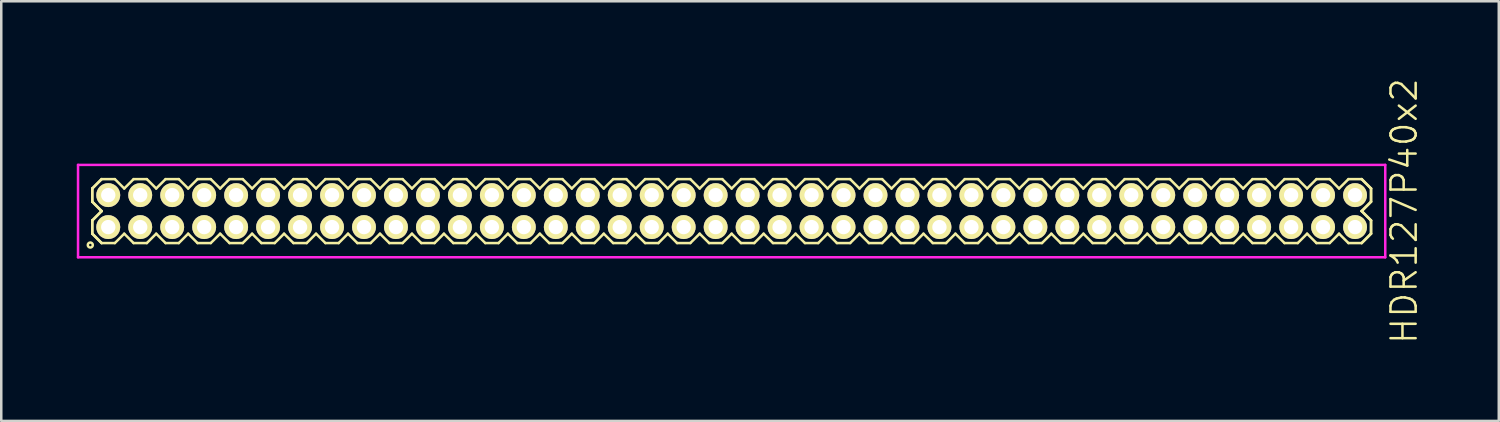
<source format=kicad_pcb>
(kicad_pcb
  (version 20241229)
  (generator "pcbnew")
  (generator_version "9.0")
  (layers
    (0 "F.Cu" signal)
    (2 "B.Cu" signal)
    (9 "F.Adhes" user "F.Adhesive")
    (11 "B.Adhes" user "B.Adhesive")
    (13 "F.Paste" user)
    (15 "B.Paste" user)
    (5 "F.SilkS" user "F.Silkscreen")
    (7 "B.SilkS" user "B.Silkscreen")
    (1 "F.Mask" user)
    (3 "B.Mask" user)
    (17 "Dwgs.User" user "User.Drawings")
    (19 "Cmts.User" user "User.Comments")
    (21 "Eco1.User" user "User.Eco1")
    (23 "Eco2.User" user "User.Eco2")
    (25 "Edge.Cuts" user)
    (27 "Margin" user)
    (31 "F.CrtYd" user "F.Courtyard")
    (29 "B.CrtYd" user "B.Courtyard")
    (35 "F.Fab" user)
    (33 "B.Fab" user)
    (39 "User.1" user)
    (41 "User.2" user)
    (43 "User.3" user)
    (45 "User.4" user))
  (footprint "HDR127P40x2"
    (layer "F.Cu")
    (at 26.015 5.336)
    (property "Reference" "HDR127P40x2" (at 26.715 0 90) (layer "F.SilkS") (effects (font (size 1 1) (thickness 0.1))))
    (attr through_hole)
    (fp_line (start -25.4 -0.898) (end -25.028 -1.27) (stroke (width 0.1) (type solid)) (layer "F.SilkS"))
    (fp_line (start -25.4 -0.898) (end -25.028 -1.27) (stroke (width 0.1) (type solid)) (layer "F.SilkS"))
    (fp_line (start -25.4 -0.372) (end -25.4 -0.898) (stroke (width 0.1) (type solid)) (layer "F.SilkS"))
    (fp_line (start -25.4 -0.372) (end -25.4 -0.898) (stroke (width 0.1) (type solid)) (layer "F.SilkS"))
    (fp_line (start -25.4 0.372) (end -25.028 0) (stroke (width 0.1) (type solid)) (layer "F.SilkS"))
    (fp_line (start -25.4 0.372) (end -25.028 0) (stroke (width 0.1) (type solid)) (layer "F.SilkS"))
    (fp_line (start -25.4 0.898) (end -25.4 0.372) (stroke (width 0.1) (type solid)) (layer "F.SilkS"))
    (fp_line (start -25.4 0.898) (end -25.4 0.372) (stroke (width 0.1) (type solid)) (layer "F.SilkS"))
    (fp_line (start -25.028 -1.27) (end -24.502 -1.27) (stroke (width 0.1) (type solid)) (layer "F.SilkS"))
    (fp_line (start -25.028 0) (end -25.4 -0.372) (stroke (width 0.1) (type solid)) (layer "F.SilkS"))
    (fp_line (start -25.028 0) (end -25.4 -0.372) (stroke (width 0.1) (type solid)) (layer "F.SilkS"))
    (fp_line (start -25.028 1.27) (end -25.4 0.898) (stroke (width 0.1) (type solid)) (layer "F.SilkS"))
    (fp_line (start -25.028 1.27) (end -25.4 0.898) (stroke (width 0.1) (type solid)) (layer "F.SilkS"))
    (fp_line (start -24.502 -1.27) (end -24.13 -0.898) (stroke (width 0.1) (type solid)) (layer "F.SilkS"))
    (fp_line (start -24.502 1.27) (end -25.028 1.27) (stroke (width 0.1) (type solid)) (layer "F.SilkS"))
    (fp_line (start -24.13 -0.898) (end -23.758 -1.27) (stroke (width 0.1) (type solid)) (layer "F.SilkS"))
    (fp_line (start -24.13 0.898) (end -24.502 1.27) (stroke (width 0.1) (type solid)) (layer "F.SilkS"))
    (fp_line (start -23.758 -1.27) (end -23.232 -1.27) (stroke (width 0.1) (type solid)) (layer "F.SilkS"))
    (fp_line (start -23.758 1.27) (end -24.13 0.898) (stroke (width 0.1) (type solid)) (layer "F.SilkS"))
    (fp_line (start -23.232 -1.27) (end -22.86 -0.898) (stroke (width 0.1) (type solid)) (layer "F.SilkS"))
    (fp_line (start -23.232 1.27) (end -23.758 1.27) (stroke (width 0.1) (type solid)) (layer "F.SilkS"))
    (fp_line (start -22.86 -0.898) (end -22.488 -1.27) (stroke (width 0.1) (type solid)) (layer "F.SilkS"))
    (fp_line (start -22.86 0.898) (end -23.232 1.27) (stroke (width 0.1) (type solid)) (layer "F.SilkS"))
    (fp_line (start -22.488 -1.27) (end -21.962 -1.27) (stroke (width 0.1) (type solid)) (layer "F.SilkS"))
    (fp_line (start -22.488 1.27) (end -22.86 0.898) (stroke (width 0.1) (type solid)) (layer "F.SilkS"))
    (fp_line (start -21.962 -1.27) (end -21.59 -0.898) (stroke (width 0.1) (type solid)) (layer "F.SilkS"))
    (fp_line (start -21.962 1.27) (end -22.488 1.27) (stroke (width 0.1) (type solid)) (layer "F.SilkS"))
    (fp_line (start -21.59 -0.898) (end -21.218 -1.27) (stroke (width 0.1) (type solid)) (layer "F.SilkS"))
    (fp_line (start -21.59 0.898) (end -21.962 1.27) (stroke (width 0.1) (type solid)) (layer "F.SilkS"))
    (fp_line (start -21.218 -1.27) (end -20.692 -1.27) (stroke (width 0.1) (type solid)) (layer "F.SilkS"))
    (fp_line (start -21.218 1.27) (end -21.59 0.898) (stroke (width 0.1) (type solid)) (layer "F.SilkS"))
    (fp_line (start -20.692 -1.27) (end -20.32 -0.898) (stroke (width 0.1) (type solid)) (layer "F.SilkS"))
    (fp_line (start -20.692 1.27) (end -21.218 1.27) (stroke (width 0.1) (type solid)) (layer "F.SilkS"))
    (fp_line (start -20.32 -0.898) (end -19.948 -1.27) (stroke (width 0.1) (type solid)) (layer "F.SilkS"))
    (fp_line (start -20.32 0.898) (end -20.692 1.27) (stroke (width 0.1) (type solid)) (layer "F.SilkS"))
    (fp_line (start -19.948 -1.27) (end -19.422 -1.27) (stroke (width 0.1) (type solid)) (layer "F.SilkS"))
    (fp_line (start -19.948 1.27) (end -20.32 0.898) (stroke (width 0.1) (type solid)) (layer "F.SilkS"))
    (fp_line (start -19.422 -1.27) (end -19.05 -0.898) (stroke (width 0.1) (type solid)) (layer "F.SilkS"))
    (fp_line (start -19.422 1.27) (end -19.948 1.27) (stroke (width 0.1) (type solid)) (layer "F.SilkS"))
    (fp_line (start -19.05 -0.898) (end -18.678 -1.27) (stroke (width 0.1) (type solid)) (layer "F.SilkS"))
    (fp_line (start -19.05 0.898) (end -19.422 1.27) (stroke (width 0.1) (type solid)) (layer "F.SilkS"))
    (fp_line (start -18.678 -1.27) (end -18.152 -1.27) (stroke (width 0.1) (type solid)) (layer "F.SilkS"))
    (fp_line (start -18.678 1.27) (end -19.05 0.898) (stroke (width 0.1) (type solid)) (layer "F.SilkS"))
    (fp_line (start -18.152 -1.27) (end -17.78 -0.898) (stroke (width 0.1) (type solid)) (layer "F.SilkS"))
    (fp_line (start -18.152 1.27) (end -18.678 1.27) (stroke (width 0.1) (type solid)) (layer "F.SilkS"))
    (fp_line (start -17.78 -0.898) (end -17.408 -1.27) (stroke (width 0.1) (type solid)) (layer "F.SilkS"))
    (fp_line (start -17.78 0.898) (end -18.152 1.27) (stroke (width 0.1) (type solid)) (layer "F.SilkS"))
    (fp_line (start -17.408 -1.27) (end -16.882 -1.27) (stroke (width 0.1) (type solid)) (layer "F.SilkS"))
    (fp_line (start -17.408 1.27) (end -17.78 0.898) (stroke (width 0.1) (type solid)) (layer "F.SilkS"))
    (fp_line (start -16.882 -1.27) (end -16.51 -0.898) (stroke (width 0.1) (type solid)) (layer "F.SilkS"))
    (fp_line (start -16.882 1.27) (end -17.408 1.27) (stroke (width 0.1) (type solid)) (layer "F.SilkS"))
    (fp_line (start -16.51 -0.898) (end -16.138 -1.27) (stroke (width 0.1) (type solid)) (layer "F.SilkS"))
    (fp_line (start -16.51 0.898) (end -16.882 1.27) (stroke (width 0.1) (type solid)) (layer "F.SilkS"))
    (fp_line (start -16.138 -1.27) (end -15.612 -1.27) (stroke (width 0.1) (type solid)) (layer "F.SilkS"))
    (fp_line (start -16.138 1.27) (end -16.51 0.898) (stroke (width 0.1) (type solid)) (layer "F.SilkS"))
    (fp_line (start -15.612 -1.27) (end -15.24 -0.898) (stroke (width 0.1) (type solid)) (layer "F.SilkS"))
    (fp_line (start -15.612 1.27) (end -16.138 1.27) (stroke (width 0.1) (type solid)) (layer "F.SilkS"))
    (fp_line (start -15.24 -0.898) (end -14.868 -1.27) (stroke (width 0.1) (type solid)) (layer "F.SilkS"))
    (fp_line (start -15.24 0.898) (end -15.612 1.27) (stroke (width 0.1) (type solid)) (layer "F.SilkS"))
    (fp_line (start -14.868 -1.27) (end -14.342 -1.27) (stroke (width 0.1) (type solid)) (layer "F.SilkS"))
    (fp_line (start -14.868 1.27) (end -15.24 0.898) (stroke (width 0.1) (type solid)) (layer "F.SilkS"))
    (fp_line (start -14.342 -1.27) (end -13.97 -0.898) (stroke (width 0.1) (type solid)) (layer "F.SilkS"))
    (fp_line (start -14.342 1.27) (end -14.868 1.27) (stroke (width 0.1) (type solid)) (layer "F.SilkS"))
    (fp_line (start -13.97 -0.898) (end -13.598 -1.27) (stroke (width 0.1) (type solid)) (layer "F.SilkS"))
    (fp_line (start -13.97 0.898) (end -14.342 1.27) (stroke (width 0.1) (type solid)) (layer "F.SilkS"))
    (fp_line (start -13.598 -1.27) (end -13.072 -1.27) (stroke (width 0.1) (type solid)) (layer "F.SilkS"))
    (fp_line (start -13.598 1.27) (end -13.97 0.898) (stroke (width 0.1) (type solid)) (layer "F.SilkS"))
    (fp_line (start -13.072 -1.27) (end -12.7 -0.898) (stroke (width 0.1) (type solid)) (layer "F.SilkS"))
    (fp_line (start -13.072 1.27) (end -13.598 1.27) (stroke (width 0.1) (type solid)) (layer "F.SilkS"))
    (fp_line (start -12.7 -0.898) (end -12.328 -1.27) (stroke (width 0.1) (type solid)) (layer "F.SilkS"))
    (fp_line (start -12.7 0.898) (end -13.072 1.27) (stroke (width 0.1) (type solid)) (layer "F.SilkS"))
    (fp_line (start -12.328 -1.27) (end -11.802 -1.27) (stroke (width 0.1) (type solid)) (layer "F.SilkS"))
    (fp_line (start -12.328 1.27) (end -12.7 0.898) (stroke (width 0.1) (type solid)) (layer "F.SilkS"))
    (fp_line (start -11.802 -1.27) (end -11.43 -0.898) (stroke (width 0.1) (type solid)) (layer "F.SilkS"))
    (fp_line (start -11.802 1.27) (end -12.328 1.27) (stroke (width 0.1) (type solid)) (layer "F.SilkS"))
    (fp_line (start -11.43 -0.898) (end -11.058 -1.27) (stroke (width 0.1) (type solid)) (layer "F.SilkS"))
    (fp_line (start -11.43 0.898) (end -11.802 1.27) (stroke (width 0.1) (type solid)) (layer "F.SilkS"))
    (fp_line (start -11.058 -1.27) (end -10.532 -1.27) (stroke (width 0.1) (type solid)) (layer "F.SilkS"))
    (fp_line (start -11.058 1.27) (end -11.43 0.898) (stroke (width 0.1) (type solid)) (layer "F.SilkS"))
    (fp_line (start -10.532 -1.27) (end -10.16 -0.898) (stroke (width 0.1) (type solid)) (layer "F.SilkS"))
    (fp_line (start -10.532 1.27) (end -11.058 1.27) (stroke (width 0.1) (type solid)) (layer "F.SilkS"))
    (fp_line (start -10.16 -0.898) (end -9.788 -1.27) (stroke (width 0.1) (type solid)) (layer "F.SilkS"))
    (fp_line (start -10.16 0.898) (end -10.532 1.27) (stroke (width 0.1) (type solid)) (layer "F.SilkS"))
    (fp_line (start -9.788 -1.27) (end -9.262 -1.27) (stroke (width 0.1) (type solid)) (layer "F.SilkS"))
    (fp_line (start -9.788 1.27) (end -10.16 0.898) (stroke (width 0.1) (type solid)) (layer "F.SilkS"))
    (fp_line (start -9.262 -1.27) (end -8.89 -0.898) (stroke (width 0.1) (type solid)) (layer "F.SilkS"))
    (fp_line (start -9.262 1.27) (end -9.788 1.27) (stroke (width 0.1) (type solid)) (layer "F.SilkS"))
    (fp_line (start -8.89 -0.898) (end -8.518 -1.27) (stroke (width 0.1) (type solid)) (layer "F.SilkS"))
    (fp_line (start -8.89 0.898) (end -9.262 1.27) (stroke (width 0.1) (type solid)) (layer "F.SilkS"))
    (fp_line (start -8.518 -1.27) (end -7.992 -1.27) (stroke (width 0.1) (type solid)) (layer "F.SilkS"))
    (fp_line (start -8.518 1.27) (end -8.89 0.898) (stroke (width 0.1) (type solid)) (layer "F.SilkS"))
    (fp_line (start -7.992 -1.27) (end -7.62 -0.898) (stroke (width 0.1) (type solid)) (layer "F.SilkS"))
    (fp_line (start -7.992 1.27) (end -8.518 1.27) (stroke (width 0.1) (type solid)) (layer "F.SilkS"))
    (fp_line (start -7.62 -0.898) (end -7.248 -1.27) (stroke (width 0.1) (type solid)) (layer "F.SilkS"))
    (fp_line (start -7.62 0.898) (end -7.992 1.27) (stroke (width 0.1) (type solid)) (layer "F.SilkS"))
    (fp_line (start -7.248 -1.27) (end -6.722 -1.27) (stroke (width 0.1) (type solid)) (layer "F.SilkS"))
    (fp_line (start -7.248 1.27) (end -7.62 0.898) (stroke (width 0.1) (type solid)) (layer "F.SilkS"))
    (fp_line (start -6.722 -1.27) (end -6.35 -0.898) (stroke (width 0.1) (type solid)) (layer "F.SilkS"))
    (fp_line (start -6.722 1.27) (end -7.248 1.27) (stroke (width 0.1) (type solid)) (layer "F.SilkS"))
    (fp_line (start -6.35 -0.898) (end -5.978 -1.27) (stroke (width 0.1) (type solid)) (layer "F.SilkS"))
    (fp_line (start -6.35 0.898) (end -6.722 1.27) (stroke (width 0.1) (type solid)) (layer "F.SilkS"))
    (fp_line (start -5.978 -1.27) (end -5.452 -1.27) (stroke (width 0.1) (type solid)) (layer "F.SilkS"))
    (fp_line (start -5.978 1.27) (end -6.35 0.898) (stroke (width 0.1) (type solid)) (layer "F.SilkS"))
    (fp_line (start -5.452 -1.27) (end -5.08 -0.898) (stroke (width 0.1) (type solid)) (layer "F.SilkS"))
    (fp_line (start -5.452 1.27) (end -5.978 1.27) (stroke (width 0.1) (type solid)) (layer "F.SilkS"))
    (fp_line (start -5.08 -0.898) (end -4.708 -1.27) (stroke (width 0.1) (type solid)) (layer "F.SilkS"))
    (fp_line (start -5.08 0.898) (end -5.452 1.27) (stroke (width 0.1) (type solid)) (layer "F.SilkS"))
    (fp_line (start -4.708 -1.27) (end -4.182 -1.27) (stroke (width 0.1) (type solid)) (layer "F.SilkS"))
    (fp_line (start -4.708 1.27) (end -5.08 0.898) (stroke (width 0.1) (type solid)) (layer "F.SilkS"))
    (fp_line (start -4.182 -1.27) (end -3.81 -0.898) (stroke (width 0.1) (type solid)) (layer "F.SilkS"))
    (fp_line (start -4.182 1.27) (end -4.708 1.27) (stroke (width 0.1) (type solid)) (layer "F.SilkS"))
    (fp_line (start -3.81 -0.898) (end -3.438 -1.27) (stroke (width 0.1) (type solid)) (layer "F.SilkS"))
    (fp_line (start -3.81 0.898) (end -4.182 1.27) (stroke (width 0.1) (type solid)) (layer "F.SilkS"))
    (fp_line (start -3.438 -1.27) (end -2.912 -1.27) (stroke (width 0.1) (type solid)) (layer "F.SilkS"))
    (fp_line (start -3.438 1.27) (end -3.81 0.898) (stroke (width 0.1) (type solid)) (layer "F.SilkS"))
    (fp_line (start -2.912 -1.27) (end -2.54 -0.898) (stroke (width 0.1) (type solid)) (layer "F.SilkS"))
    (fp_line (start -2.912 1.27) (end -3.438 1.27) (stroke (width 0.1) (type solid)) (layer "F.SilkS"))
    (fp_line (start -2.54 -0.898) (end -2.168 -1.27) (stroke (width 0.1) (type solid)) (layer "F.SilkS"))
    (fp_line (start -2.54 0.898) (end -2.912 1.27) (stroke (width 0.1) (type solid)) (layer "F.SilkS"))
    (fp_line (start -2.168 -1.27) (end -1.642 -1.27) (stroke (width 0.1) (type solid)) (layer "F.SilkS"))
    (fp_line (start -2.168 1.27) (end -2.54 0.898) (stroke (width 0.1) (type solid)) (layer "F.SilkS"))
    (fp_line (start -1.642 -1.27) (end -1.27 -0.898) (stroke (width 0.1) (type solid)) (layer "F.SilkS"))
    (fp_line (start -1.642 1.27) (end -2.168 1.27) (stroke (width 0.1) (type solid)) (layer "F.SilkS"))
    (fp_line (start -1.27 -0.898) (end -0.898 -1.27) (stroke (width 0.1) (type solid)) (layer "F.SilkS"))
    (fp_line (start -1.27 0.898) (end -1.642 1.27) (stroke (width 0.1) (type solid)) (layer "F.SilkS"))
    (fp_line (start -0.898 -1.27) (end -0.372 -1.27) (stroke (width 0.1) (type solid)) (layer "F.SilkS"))
    (fp_line (start -0.898 1.27) (end -1.27 0.898) (stroke (width 0.1) (type solid)) (layer "F.SilkS"))
    (fp_line (start -0.372 -1.27) (end 0 -0.898) (stroke (width 0.1) (type solid)) (layer "F.SilkS"))
    (fp_line (start -0.372 1.27) (end -0.898 1.27) (stroke (width 0.1) (type solid)) (layer "F.SilkS"))
    (fp_line (start 0 -0.898) (end 0.372 -1.27) (stroke (width 0.1) (type solid)) (layer "F.SilkS"))
    (fp_line (start 0 0.898) (end -0.372 1.27) (stroke (width 0.1) (type solid)) (layer "F.SilkS"))
    (fp_line (start 0.372 -1.27) (end 0.898 -1.27) (stroke (width 0.1) (type solid)) (layer "F.SilkS"))
    (fp_line (start 0.372 1.27) (end 0 0.898) (stroke (width 0.1) (type solid)) (layer "F.SilkS"))
    (fp_line (start 0.898 -1.27) (end 1.27 -0.898) (stroke (width 0.1) (type solid)) (layer "F.SilkS"))
    (fp_line (start 0.898 1.27) (end 0.372 1.27) (stroke (width 0.1) (type solid)) (layer "F.SilkS"))
    (fp_line (start 1.27 -0.898) (end 1.642 -1.27) (stroke (width 0.1) (type solid)) (layer "F.SilkS"))
    (fp_line (start 1.27 0.898) (end 0.898 1.27) (stroke (width 0.1) (type solid)) (layer "F.SilkS"))
    (fp_line (start 1.642 -1.27) (end 2.168 -1.27) (stroke (width 0.1) (type solid)) (layer "F.SilkS"))
    (fp_line (start 1.642 1.27) (end 1.27 0.898) (stroke (width 0.1) (type solid)) (layer "F.SilkS"))
    (fp_line (start 2.168 -1.27) (end 2.54 -0.898) (stroke (width 0.1) (type solid)) (layer "F.SilkS"))
    (fp_line (start 2.168 1.27) (end 1.642 1.27) (stroke (width 0.1) (type solid)) (layer "F.SilkS"))
    (fp_line (start 2.54 -0.898) (end 2.912 -1.27) (stroke (width 0.1) (type solid)) (layer "F.SilkS"))
    (fp_line (start 2.54 0.898) (end 2.168 1.27) (stroke (width 0.1) (type solid)) (layer "F.SilkS"))
    (fp_line (start 2.912 -1.27) (end 3.438 -1.27) (stroke (width 0.1) (type solid)) (layer "F.SilkS"))
    (fp_line (start 2.912 1.27) (end 2.54 0.898) (stroke (width 0.1) (type solid)) (layer "F.SilkS"))
    (fp_line (start 3.438 -1.27) (end 3.81 -0.898) (stroke (width 0.1) (type solid)) (layer "F.SilkS"))
    (fp_line (start 3.438 1.27) (end 2.912 1.27) (stroke (width 0.1) (type solid)) (layer "F.SilkS"))
    (fp_line (start 3.81 -0.898) (end 4.182 -1.27) (stroke (width 0.1) (type solid)) (layer "F.SilkS"))
    (fp_line (start 3.81 0.898) (end 3.438 1.27) (stroke (width 0.1) (type solid)) (layer "F.SilkS"))
    (fp_line (start 4.182 -1.27) (end 4.708 -1.27) (stroke (width 0.1) (type solid)) (layer "F.SilkS"))
    (fp_line (start 4.182 1.27) (end 3.81 0.898) (stroke (width 0.1) (type solid)) (layer "F.SilkS"))
    (fp_line (start 4.708 -1.27) (end 5.08 -0.898) (stroke (width 0.1) (type solid)) (layer "F.SilkS"))
    (fp_line (start 4.708 1.27) (end 4.182 1.27) (stroke (width 0.1) (type solid)) (layer "F.SilkS"))
    (fp_line (start 5.08 -0.898) (end 5.452 -1.27) (stroke (width 0.1) (type solid)) (layer "F.SilkS"))
    (fp_line (start 5.08 0.898) (end 4.708 1.27) (stroke (width 0.1) (type solid)) (layer "F.SilkS"))
    (fp_line (start 5.452 -1.27) (end 5.978 -1.27) (stroke (width 0.1) (type solid)) (layer "F.SilkS"))
    (fp_line (start 5.452 1.27) (end 5.08 0.898) (stroke (width 0.1) (type solid)) (layer "F.SilkS"))
    (fp_line (start 5.978 -1.27) (end 6.35 -0.898) (stroke (width 0.1) (type solid)) (layer "F.SilkS"))
    (fp_line (start 5.978 1.27) (end 5.452 1.27) (stroke (width 0.1) (type solid)) (layer "F.SilkS"))
    (fp_line (start 6.35 -0.898) (end 6.722 -1.27) (stroke (width 0.1) (type solid)) (layer "F.SilkS"))
    (fp_line (start 6.35 0.898) (end 5.978 1.27) (stroke (width 0.1) (type solid)) (layer "F.SilkS"))
    (fp_line (start 6.722 -1.27) (end 7.248 -1.27) (stroke (width 0.1) (type solid)) (layer "F.SilkS"))
    (fp_line (start 6.722 1.27) (end 6.35 0.898) (stroke (width 0.1) (type solid)) (layer "F.SilkS"))
    (fp_line (start 7.248 -1.27) (end 7.62 -0.898) (stroke (width 0.1) (type solid)) (layer "F.SilkS"))
    (fp_line (start 7.248 1.27) (end 6.722 1.27) (stroke (width 0.1) (type solid)) (layer "F.SilkS"))
    (fp_line (start 7.62 -0.898) (end 7.992 -1.27) (stroke (width 0.1) (type solid)) (layer "F.SilkS"))
    (fp_line (start 7.62 0.898) (end 7.248 1.27) (stroke (width 0.1) (type solid)) (layer "F.SilkS"))
    (fp_line (start 7.992 -1.27) (end 8.518 -1.27) (stroke (width 0.1) (type solid)) (layer "F.SilkS"))
    (fp_line (start 7.992 1.27) (end 7.62 0.898) (stroke (width 0.1) (type solid)) (layer "F.SilkS"))
    (fp_line (start 8.518 -1.27) (end 8.89 -0.898) (stroke (width 0.1) (type solid)) (layer "F.SilkS"))
    (fp_line (start 8.518 1.27) (end 7.992 1.27) (stroke (width 0.1) (type solid)) (layer "F.SilkS"))
    (fp_line (start 8.89 -0.898) (end 9.262 -1.27) (stroke (width 0.1) (type solid)) (layer "F.SilkS"))
    (fp_line (start 8.89 0.898) (end 8.518 1.27) (stroke (width 0.1) (type solid)) (layer "F.SilkS"))
    (fp_line (start 9.262 -1.27) (end 9.788 -1.27) (stroke (width 0.1) (type solid)) (layer "F.SilkS"))
    (fp_line (start 9.262 1.27) (end 8.89 0.898) (stroke (width 0.1) (type solid)) (layer "F.SilkS"))
    (fp_line (start 9.788 -1.27) (end 10.16 -0.898) (stroke (width 0.1) (type solid)) (layer "F.SilkS"))
    (fp_line (start 9.788 1.27) (end 9.262 1.27) (stroke (width 0.1) (type solid)) (layer "F.SilkS"))
    (fp_line (start 10.16 -0.898) (end 10.532 -1.27) (stroke (width 0.1) (type solid)) (layer "F.SilkS"))
    (fp_line (start 10.16 0.898) (end 9.788 1.27) (stroke (width 0.1) (type solid)) (layer "F.SilkS"))
    (fp_line (start 10.532 -1.27) (end 11.058 -1.27) (stroke (width 0.1) (type solid)) (layer "F.SilkS"))
    (fp_line (start 10.532 1.27) (end 10.16 0.898) (stroke (width 0.1) (type solid)) (layer "F.SilkS"))
    (fp_line (start 11.058 -1.27) (end 11.43 -0.898) (stroke (width 0.1) (type solid)) (layer "F.SilkS"))
    (fp_line (start 11.058 1.27) (end 10.532 1.27) (stroke (width 0.1) (type solid)) (layer "F.SilkS"))
    (fp_line (start 11.43 -0.898) (end 11.802 -1.27) (stroke (width 0.1) (type solid)) (layer "F.SilkS"))
    (fp_line (start 11.43 0.898) (end 11.058 1.27) (stroke (width 0.1) (type solid)) (layer "F.SilkS"))
    (fp_line (start 11.802 -1.27) (end 12.328 -1.27) (stroke (width 0.1) (type solid)) (layer "F.SilkS"))
    (fp_line (start 11.802 1.27) (end 11.43 0.898) (stroke (width 0.1) (type solid)) (layer "F.SilkS"))
    (fp_line (start 12.328 -1.27) (end 12.7 -0.898) (stroke (width 0.1) (type solid)) (layer "F.SilkS"))
    (fp_line (start 12.328 1.27) (end 11.802 1.27) (stroke (width 0.1) (type solid)) (layer "F.SilkS"))
    (fp_line (start 12.7 -0.898) (end 13.072 -1.27) (stroke (width 0.1) (type solid)) (layer "F.SilkS"))
    (fp_line (start 12.7 0.898) (end 12.328 1.27) (stroke (width 0.1) (type solid)) (layer "F.SilkS"))
    (fp_line (start 13.072 -1.27) (end 13.598 -1.27) (stroke (width 0.1) (type solid)) (layer "F.SilkS"))
    (fp_line (start 13.072 1.27) (end 12.7 0.898) (stroke (width 0.1) (type solid)) (layer "F.SilkS"))
    (fp_line (start 13.598 -1.27) (end 13.97 -0.898) (stroke (width 0.1) (type solid)) (layer "F.SilkS"))
    (fp_line (start 13.598 1.27) (end 13.072 1.27) (stroke (width 0.1) (type solid)) (layer "F.SilkS"))
    (fp_line (start 13.97 -0.898) (end 14.342 -1.27) (stroke (width 0.1) (type solid)) (layer "F.SilkS"))
    (fp_line (start 13.97 0.898) (end 13.598 1.27) (stroke (width 0.1) (type solid)) (layer "F.SilkS"))
    (fp_line (start 14.342 -1.27) (end 14.868 -1.27) (stroke (width 0.1) (type solid)) (layer "F.SilkS"))
    (fp_line (start 14.342 1.27) (end 13.97 0.898) (stroke (width 0.1) (type solid)) (layer "F.SilkS"))
    (fp_line (start 14.868 -1.27) (end 15.24 -0.898) (stroke (width 0.1) (type solid)) (layer "F.SilkS"))
    (fp_line (start 14.868 1.27) (end 14.342 1.27) (stroke (width 0.1) (type solid)) (layer "F.SilkS"))
    (fp_line (start 15.24 -0.898) (end 15.612 -1.27) (stroke (width 0.1) (type solid)) (layer "F.SilkS"))
    (fp_line (start 15.24 0.898) (end 14.868 1.27) (stroke (width 0.1) (type solid)) (layer "F.SilkS"))
    (fp_line (start 15.612 -1.27) (end 16.138 -1.27) (stroke (width 0.1) (type solid)) (layer "F.SilkS"))
    (fp_line (start 15.612 1.27) (end 15.24 0.898) (stroke (width 0.1) (type solid)) (layer "F.SilkS"))
    (fp_line (start 16.138 -1.27) (end 16.51 -0.898) (stroke (width 0.1) (type solid)) (layer "F.SilkS"))
    (fp_line (start 16.138 1.27) (end 15.612 1.27) (stroke (width 0.1) (type solid)) (layer "F.SilkS"))
    (fp_line (start 16.51 -0.898) (end 16.882 -1.27) (stroke (width 0.1) (type solid)) (layer "F.SilkS"))
    (fp_line (start 16.51 0.898) (end 16.138 1.27) (stroke (width 0.1) (type solid)) (layer "F.SilkS"))
    (fp_line (start 16.882 -1.27) (end 17.408 -1.27) (stroke (width 0.1) (type solid)) (layer "F.SilkS"))
    (fp_line (start 16.882 1.27) (end 16.51 0.898) (stroke (width 0.1) (type solid)) (layer "F.SilkS"))
    (fp_line (start 17.408 -1.27) (end 17.78 -0.898) (stroke (width 0.1) (type solid)) (layer "F.SilkS"))
    (fp_line (start 17.408 1.27) (end 16.882 1.27) (stroke (width 0.1) (type solid)) (layer "F.SilkS"))
    (fp_line (start 17.78 -0.898) (end 18.152 -1.27) (stroke (width 0.1) (type solid)) (layer "F.SilkS"))
    (fp_line (start 17.78 0.898) (end 17.408 1.27) (stroke (width 0.1) (type solid)) (layer "F.SilkS"))
    (fp_line (start 18.152 -1.27) (end 18.678 -1.27) (stroke (width 0.1) (type solid)) (layer "F.SilkS"))
    (fp_line (start 18.152 1.27) (end 17.78 0.898) (stroke (width 0.1) (type solid)) (layer "F.SilkS"))
    (fp_line (start 18.678 -1.27) (end 19.05 -0.898) (stroke (width 0.1) (type solid)) (layer "F.SilkS"))
    (fp_line (start 18.678 1.27) (end 18.152 1.27) (stroke (width 0.1) (type solid)) (layer "F.SilkS"))
    (fp_line (start 19.05 -0.898) (end 19.422 -1.27) (stroke (width 0.1) (type solid)) (layer "F.SilkS"))
    (fp_line (start 19.05 0.898) (end 18.678 1.27) (stroke (width 0.1) (type solid)) (layer "F.SilkS"))
    (fp_line (start 19.422 -1.27) (end 19.948 -1.27) (stroke (width 0.1) (type solid)) (layer "F.SilkS"))
    (fp_line (start 19.422 1.27) (end 19.05 0.898) (stroke (width 0.1) (type solid)) (layer "F.SilkS"))
    (fp_line (start 19.948 -1.27) (end 20.32 -0.898) (stroke (width 0.1) (type solid)) (layer "F.SilkS"))
    (fp_line (start 19.948 1.27) (end 19.422 1.27) (stroke (width 0.1) (type solid)) (layer "F.SilkS"))
    (fp_line (start 20.32 -0.898) (end 20.692 -1.27) (stroke (width 0.1) (type solid)) (layer "F.SilkS"))
    (fp_line (start 20.32 0.898) (end 19.948 1.27) (stroke (width 0.1) (type solid)) (layer "F.SilkS"))
    (fp_line (start 20.692 -1.27) (end 21.218 -1.27) (stroke (width 0.1) (type solid)) (layer "F.SilkS"))
    (fp_line (start 20.692 1.27) (end 20.32 0.898) (stroke (width 0.1) (type solid)) (layer "F.SilkS"))
    (fp_line (start 21.218 -1.27) (end 21.59 -0.898) (stroke (width 0.1) (type solid)) (layer "F.SilkS"))
    (fp_line (start 21.218 1.27) (end 20.692 1.27) (stroke (width 0.1) (type solid)) (layer "F.SilkS"))
    (fp_line (start 21.59 -0.898) (end 21.962 -1.27) (stroke (width 0.1) (type solid)) (layer "F.SilkS"))
    (fp_line (start 21.59 0.898) (end 21.218 1.27) (stroke (width 0.1) (type solid)) (layer "F.SilkS"))
    (fp_line (start 21.962 -1.27) (end 22.488 -1.27) (stroke (width 0.1) (type solid)) (layer "F.SilkS"))
    (fp_line (start 21.962 1.27) (end 21.59 0.898) (stroke (width 0.1) (type solid)) (layer "F.SilkS"))
    (fp_line (start 22.488 -1.27) (end 22.86 -0.898) (stroke (width 0.1) (type solid)) (layer "F.SilkS"))
    (fp_line (start 22.488 1.27) (end 21.962 1.27) (stroke (width 0.1) (type solid)) (layer "F.SilkS"))
    (fp_line (start 22.86 -0.898) (end 23.232 -1.27) (stroke (width 0.1) (type solid)) (layer "F.SilkS"))
    (fp_line (start 22.86 0.898) (end 22.488 1.27) (stroke (width 0.1) (type solid)) (layer "F.SilkS"))
    (fp_line (start 23.232 -1.27) (end 23.758 -1.27) (stroke (width 0.1) (type solid)) (layer "F.SilkS"))
    (fp_line (start 23.232 1.27) (end 22.86 0.898) (stroke (width 0.1) (type solid)) (layer "F.SilkS"))
    (fp_line (start 23.758 -1.27) (end 24.13 -0.898) (stroke (width 0.1) (type solid)) (layer "F.SilkS"))
    (fp_line (start 23.758 1.27) (end 23.232 1.27) (stroke (width 0.1) (type solid)) (layer "F.SilkS"))
    (fp_line (start 24.13 -0.898) (end 24.502 -1.27) (stroke (width 0.1) (type solid)) (layer "F.SilkS"))
    (fp_line (start 24.13 0.898) (end 23.758 1.27) (stroke (width 0.1) (type solid)) (layer "F.SilkS"))
    (fp_line (start 24.502 -1.27) (end 25.028 -1.27) (stroke (width 0.1) (type solid)) (layer "F.SilkS"))
    (fp_line (start 24.502 1.27) (end 24.13 0.898) (stroke (width 0.1) (type solid)) (layer "F.SilkS"))
    (fp_line (start 25.028 -1.27) (end 25.4 -0.898) (stroke (width 0.1) (type solid)) (layer "F.SilkS"))
    (fp_line (start 25.028 -1.27) (end 25.4 -0.898) (stroke (width 0.1) (type solid)) (layer "F.SilkS"))
    (fp_line (start 25.028 0) (end 25.4 0.372) (stroke (width 0.1) (type solid)) (layer "F.SilkS"))
    (fp_line (start 25.028 0) (end 25.4 0.372) (stroke (width 0.1) (type solid)) (layer "F.SilkS"))
    (fp_line (start 25.028 1.27) (end 24.502 1.27) (stroke (width 0.1) (type solid)) (layer "F.SilkS"))
    (fp_line (start 25.4 -0.898) (end 25.4 -0.372) (stroke (width 0.1) (type solid)) (layer "F.SilkS"))
    (fp_line (start 25.4 -0.898) (end 25.4 -0.372) (stroke (width 0.1) (type solid)) (layer "F.SilkS"))
    (fp_line (start 25.4 -0.372) (end 25.028 0) (stroke (width 0.1) (type solid)) (layer "F.SilkS"))
    (fp_line (start 25.4 -0.372) (end 25.028 0) (stroke (width 0.1) (type solid)) (layer "F.SilkS"))
    (fp_line (start 25.4 0.372) (end 25.4 0.898) (stroke (width 0.1) (type solid)) (layer "F.SilkS"))
    (fp_line (start 25.4 0.372) (end 25.4 0.898) (stroke (width 0.1) (type solid)) (layer "F.SilkS"))
    (fp_line (start 25.4 0.898) (end 25.028 1.27) (stroke (width 0.1) (type solid)) (layer "F.SilkS"))
    (fp_line (start 25.4 0.898) (end 25.028 1.27) (stroke (width 0.1) (type solid)) (layer "F.SilkS"))
    (fp_circle (center -25.478 1.348) (end -25.378 1.348) (stroke (width 0.1) (type solid)) (fill no) (layer "F.SilkS"))
    (fp_line (start -25.965 -1.835) (end -25.965 1.835) (stroke (width 0.1) (type solid)) (layer "F.CrtYd"))
    (fp_line (start -25.965 1.835) (end 25.965 1.835) (stroke (width 0.1) (type solid)) (layer "F.CrtYd"))
    (fp_line (start 25.965 -1.835) (end -25.965 -1.835) (stroke (width 0.1) (type solid)) (layer "F.CrtYd"))
    (fp_line (start 25.965 1.835) (end 25.965 -1.835) (stroke (width 0.1) (type solid)) (layer "F.CrtYd"))
    (pad "1" thru_hole oval (at -24.765 0.635) (size 0.95 0.95) (drill 0.57) (layers "*.Cu" "*.Mask" "F.SilkS"))
    (pad "2" thru_hole oval (at -24.765 -0.635) (size 0.95 0.95) (drill 0.57) (layers "*.Cu" "*.Mask" "F.SilkS"))
    (pad "3" thru_hole oval (at -23.495 0.635) (size 0.95 0.95) (drill 0.57) (layers "*.Cu" "*.Mask" "F.SilkS"))
    (pad "4" thru_hole oval (at -23.495 -0.635) (size 0.95 0.95) (drill 0.57) (layers "*.Cu" "*.Mask" "F.SilkS"))
    (pad "5" thru_hole oval (at -22.225 0.635) (size 0.95 0.95) (drill 0.57) (layers "*.Cu" "*.Mask" "F.SilkS"))
    (pad "6" thru_hole oval (at -22.225 -0.635) (size 0.95 0.95) (drill 0.57) (layers "*.Cu" "*.Mask" "F.SilkS"))
    (pad "7" thru_hole oval (at -20.955 0.635) (size 0.95 0.95) (drill 0.57) (layers "*.Cu" "*.Mask" "F.SilkS"))
    (pad "8" thru_hole oval (at -20.955 -0.635) (size 0.95 0.95) (drill 0.57) (layers "*.Cu" "*.Mask" "F.SilkS"))
    (pad "9" thru_hole oval (at -19.685 0.635) (size 0.95 0.95) (drill 0.57) (layers "*.Cu" "*.Mask" "F.SilkS"))
    (pad "10" thru_hole oval (at -19.685 -0.635) (size 0.95 0.95) (drill 0.57) (layers "*.Cu" "*.Mask" "F.SilkS"))
    (pad "11" thru_hole oval (at -18.415 0.635) (size 0.95 0.95) (drill 0.57) (layers "*.Cu" "*.Mask" "F.SilkS"))
    (pad "12" thru_hole oval (at -18.415 -0.635) (size 0.95 0.95) (drill 0.57) (layers "*.Cu" "*.Mask" "F.SilkS"))
    (pad "13" thru_hole oval (at -17.145 0.635) (size 0.95 0.95) (drill 0.57) (layers "*.Cu" "*.Mask" "F.SilkS"))
    (pad "14" thru_hole oval (at -17.145 -0.635) (size 0.95 0.95) (drill 0.57) (layers "*.Cu" "*.Mask" "F.SilkS"))
    (pad "15" thru_hole oval (at -15.875 0.635) (size 0.95 0.95) (drill 0.57) (layers "*.Cu" "*.Mask" "F.SilkS"))
    (pad "16" thru_hole oval (at -15.875 -0.635) (size 0.95 0.95) (drill 0.57) (layers "*.Cu" "*.Mask" "F.SilkS"))
    (pad "17" thru_hole oval (at -14.605 0.635) (size 0.95 0.95) (drill 0.57) (layers "*.Cu" "*.Mask" "F.SilkS"))
    (pad "18" thru_hole oval (at -14.605 -0.635) (size 0.95 0.95) (drill 0.57) (layers "*.Cu" "*.Mask" "F.SilkS"))
    (pad "19" thru_hole oval (at -13.335 0.635) (size 0.95 0.95) (drill 0.57) (layers "*.Cu" "*.Mask" "F.SilkS"))
    (pad "20" thru_hole oval (at -13.335 -0.635) (size 0.95 0.95) (drill 0.57) (layers "*.Cu" "*.Mask" "F.SilkS"))
    (pad "21" thru_hole oval (at -12.065 0.635) (size 0.95 0.95) (drill 0.57) (layers "*.Cu" "*.Mask" "F.SilkS"))
    (pad "22" thru_hole oval (at -12.065 -0.635) (size 0.95 0.95) (drill 0.57) (layers "*.Cu" "*.Mask" "F.SilkS"))
    (pad "23" thru_hole oval (at -10.795 0.635) (size 0.95 0.95) (drill 0.57) (layers "*.Cu" "*.Mask" "F.SilkS"))
    (pad "24" thru_hole oval (at -10.795 -0.635) (size 0.95 0.95) (drill 0.57) (layers "*.Cu" "*.Mask" "F.SilkS"))
    (pad "25" thru_hole oval (at -9.525 0.635) (size 0.95 0.95) (drill 0.57) (layers "*.Cu" "*.Mask" "F.SilkS"))
    (pad "26" thru_hole oval (at -9.525 -0.635) (size 0.95 0.95) (drill 0.57) (layers "*.Cu" "*.Mask" "F.SilkS"))
    (pad "27" thru_hole oval (at -8.255 0.635) (size 0.95 0.95) (drill 0.57) (layers "*.Cu" "*.Mask" "F.SilkS"))
    (pad "28" thru_hole oval (at -8.255 -0.635) (size 0.95 0.95) (drill 0.57) (layers "*.Cu" "*.Mask" "F.SilkS"))
    (pad "29" thru_hole oval (at -6.985 0.635) (size 0.95 0.95) (drill 0.57) (layers "*.Cu" "*.Mask" "F.SilkS"))
    (pad "30" thru_hole oval (at -6.985 -0.635) (size 0.95 0.95) (drill 0.57) (layers "*.Cu" "*.Mask" "F.SilkS"))
    (pad "31" thru_hole oval (at -5.715 0.635) (size 0.95 0.95) (drill 0.57) (layers "*.Cu" "*.Mask" "F.SilkS"))
    (pad "32" thru_hole oval (at -5.715 -0.635) (size 0.95 0.95) (drill 0.57) (layers "*.Cu" "*.Mask" "F.SilkS"))
    (pad "33" thru_hole oval (at -4.445 0.635) (size 0.95 0.95) (drill 0.57) (layers "*.Cu" "*.Mask" "F.SilkS"))
    (pad "34" thru_hole oval (at -4.445 -0.635) (size 0.95 0.95) (drill 0.57) (layers "*.Cu" "*.Mask" "F.SilkS"))
    (pad "35" thru_hole oval (at -3.175 0.635) (size 0.95 0.95) (drill 0.57) (layers "*.Cu" "*.Mask" "F.SilkS"))
    (pad "36" thru_hole oval (at -3.175 -0.635) (size 0.95 0.95) (drill 0.57) (layers "*.Cu" "*.Mask" "F.SilkS"))
    (pad "37" thru_hole oval (at -1.905 0.635) (size 0.95 0.95) (drill 0.57) (layers "*.Cu" "*.Mask" "F.SilkS"))
    (pad "38" thru_hole oval (at -1.905 -0.635) (size 0.95 0.95) (drill 0.57) (layers "*.Cu" "*.Mask" "F.SilkS"))
    (pad "39" thru_hole oval (at -0.635 0.635) (size 0.95 0.95) (drill 0.57) (layers "*.Cu" "*.Mask" "F.SilkS"))
    (pad "40" thru_hole oval (at -0.635 -0.635) (size 0.95 0.95) (drill 0.57) (layers "*.Cu" "*.Mask" "F.SilkS"))
    (pad "41" thru_hole oval (at 0.635 0.635) (size 0.95 0.95) (drill 0.57) (layers "*.Cu" "*.Mask" "F.SilkS"))
    (pad "42" thru_hole oval (at 0.635 -0.635) (size 0.95 0.95) (drill 0.57) (layers "*.Cu" "*.Mask" "F.SilkS"))
    (pad "43" thru_hole oval (at 1.905 0.635) (size 0.95 0.95) (drill 0.57) (layers "*.Cu" "*.Mask" "F.SilkS"))
    (pad "44" thru_hole oval (at 1.905 -0.635) (size 0.95 0.95) (drill 0.57) (layers "*.Cu" "*.Mask" "F.SilkS"))
    (pad "45" thru_hole oval (at 3.175 0.635) (size 0.95 0.95) (drill 0.57) (layers "*.Cu" "*.Mask" "F.SilkS"))
    (pad "46" thru_hole oval (at 3.175 -0.635) (size 0.95 0.95) (drill 0.57) (layers "*.Cu" "*.Mask" "F.SilkS"))
    (pad "47" thru_hole oval (at 4.445 0.635) (size 0.95 0.95) (drill 0.57) (layers "*.Cu" "*.Mask" "F.SilkS"))
    (pad "48" thru_hole oval (at 4.445 -0.635) (size 0.95 0.95) (drill 0.57) (layers "*.Cu" "*.Mask" "F.SilkS"))
    (pad "49" thru_hole oval (at 5.715 0.635) (size 0.95 0.95) (drill 0.57) (layers "*.Cu" "*.Mask" "F.SilkS"))
    (pad "50" thru_hole oval (at 5.715 -0.635) (size 0.95 0.95) (drill 0.57) (layers "*.Cu" "*.Mask" "F.SilkS"))
    (pad "51" thru_hole oval (at 6.985 0.635) (size 0.95 0.95) (drill 0.57) (layers "*.Cu" "*.Mask" "F.SilkS"))
    (pad "52" thru_hole oval (at 6.985 -0.635) (size 0.95 0.95) (drill 0.57) (layers "*.Cu" "*.Mask" "F.SilkS"))
    (pad "53" thru_hole oval (at 8.255 0.635) (size 0.95 0.95) (drill 0.57) (layers "*.Cu" "*.Mask" "F.SilkS"))
    (pad "54" thru_hole oval (at 8.255 -0.635) (size 0.95 0.95) (drill 0.57) (layers "*.Cu" "*.Mask" "F.SilkS"))
    (pad "55" thru_hole oval (at 9.525 0.635) (size 0.95 0.95) (drill 0.57) (layers "*.Cu" "*.Mask" "F.SilkS"))
    (pad "56" thru_hole oval (at 9.525 -0.635) (size 0.95 0.95) (drill 0.57) (layers "*.Cu" "*.Mask" "F.SilkS"))
    (pad "57" thru_hole oval (at 10.795 0.635) (size 0.95 0.95) (drill 0.57) (layers "*.Cu" "*.Mask" "F.SilkS"))
    (pad "58" thru_hole oval (at 10.795 -0.635) (size 0.95 0.95) (drill 0.57) (layers "*.Cu" "*.Mask" "F.SilkS"))
    (pad "59" thru_hole oval (at 12.065 0.635) (size 0.95 0.95) (drill 0.57) (layers "*.Cu" "*.Mask" "F.SilkS"))
    (pad "60" thru_hole oval (at 12.065 -0.635) (size 0.95 0.95) (drill 0.57) (layers "*.Cu" "*.Mask" "F.SilkS"))
    (pad "61" thru_hole oval (at 13.335 0.635) (size 0.95 0.95) (drill 0.57) (layers "*.Cu" "*.Mask" "F.SilkS"))
    (pad "62" thru_hole oval (at 13.335 -0.635) (size 0.95 0.95) (drill 0.57) (layers "*.Cu" "*.Mask" "F.SilkS"))
    (pad "63" thru_hole oval (at 14.605 0.635) (size 0.95 0.95) (drill 0.57) (layers "*.Cu" "*.Mask" "F.SilkS"))
    (pad "64" thru_hole oval (at 14.605 -0.635) (size 0.95 0.95) (drill 0.57) (layers "*.Cu" "*.Mask" "F.SilkS"))
    (pad "65" thru_hole oval (at 15.875 0.635) (size 0.95 0.95) (drill 0.57) (layers "*.Cu" "*.Mask" "F.SilkS"))
    (pad "66" thru_hole oval (at 15.875 -0.635) (size 0.95 0.95) (drill 0.57) (layers "*.Cu" "*.Mask" "F.SilkS"))
    (pad "67" thru_hole oval (at 17.145 0.635) (size 0.95 0.95) (drill 0.57) (layers "*.Cu" "*.Mask" "F.SilkS"))
    (pad "68" thru_hole oval (at 17.145 -0.635) (size 0.95 0.95) (drill 0.57) (layers "*.Cu" "*.Mask" "F.SilkS"))
    (pad "69" thru_hole oval (at 18.415 0.635) (size 0.95 0.95) (drill 0.57) (layers "*.Cu" "*.Mask" "F.SilkS"))
    (pad "70" thru_hole oval (at 18.415 -0.635) (size 0.95 0.95) (drill 0.57) (layers "*.Cu" "*.Mask" "F.SilkS"))
    (pad "71" thru_hole oval (at 19.685 0.635) (size 0.95 0.95) (drill 0.57) (layers "*.Cu" "*.Mask" "F.SilkS"))
    (pad "72" thru_hole oval (at 19.685 -0.635) (size 0.95 0.95) (drill 0.57) (layers "*.Cu" "*.Mask" "F.SilkS"))
    (pad "73" thru_hole oval (at 20.955 0.635) (size 0.95 0.95) (drill 0.57) (layers "*.Cu" "*.Mask" "F.SilkS"))
    (pad "74" thru_hole oval (at 20.955 -0.635) (size 0.95 0.95) (drill 0.57) (layers "*.Cu" "*.Mask" "F.SilkS"))
    (pad "75" thru_hole oval (at 22.225 0.635) (size 0.95 0.95) (drill 0.57) (layers "*.Cu" "*.Mask" "F.SilkS"))
    (pad "76" thru_hole oval (at 22.225 -0.635) (size 0.95 0.95) (drill 0.57) (layers "*.Cu" "*.Mask" "F.SilkS"))
    (pad "77" thru_hole oval (at 23.495 0.635) (size 0.95 0.95) (drill 0.57) (layers "*.Cu" "*.Mask" "F.SilkS"))
    (pad "78" thru_hole oval (at 23.495 -0.635) (size 0.95 0.95) (drill 0.57) (layers "*.Cu" "*.Mask" "F.SilkS"))
    (pad "79" thru_hole oval (at 24.765 0.635) (size 0.95 0.95) (drill 0.57) (layers "*.Cu" "*.Mask" "F.SilkS"))
    (pad "80" thru_hole oval (at 24.765 -0.635) (size 0.95 0.95) (drill 0.57) (layers "*.Cu" "*.Mask" "F.SilkS")))
  (gr_rect
    (start -3 -3)
    (end 56.49 13.671)
    (stroke (width 0.1) (type default))
    (fill no)
    (layer "Edge.Cuts")))
</source>
